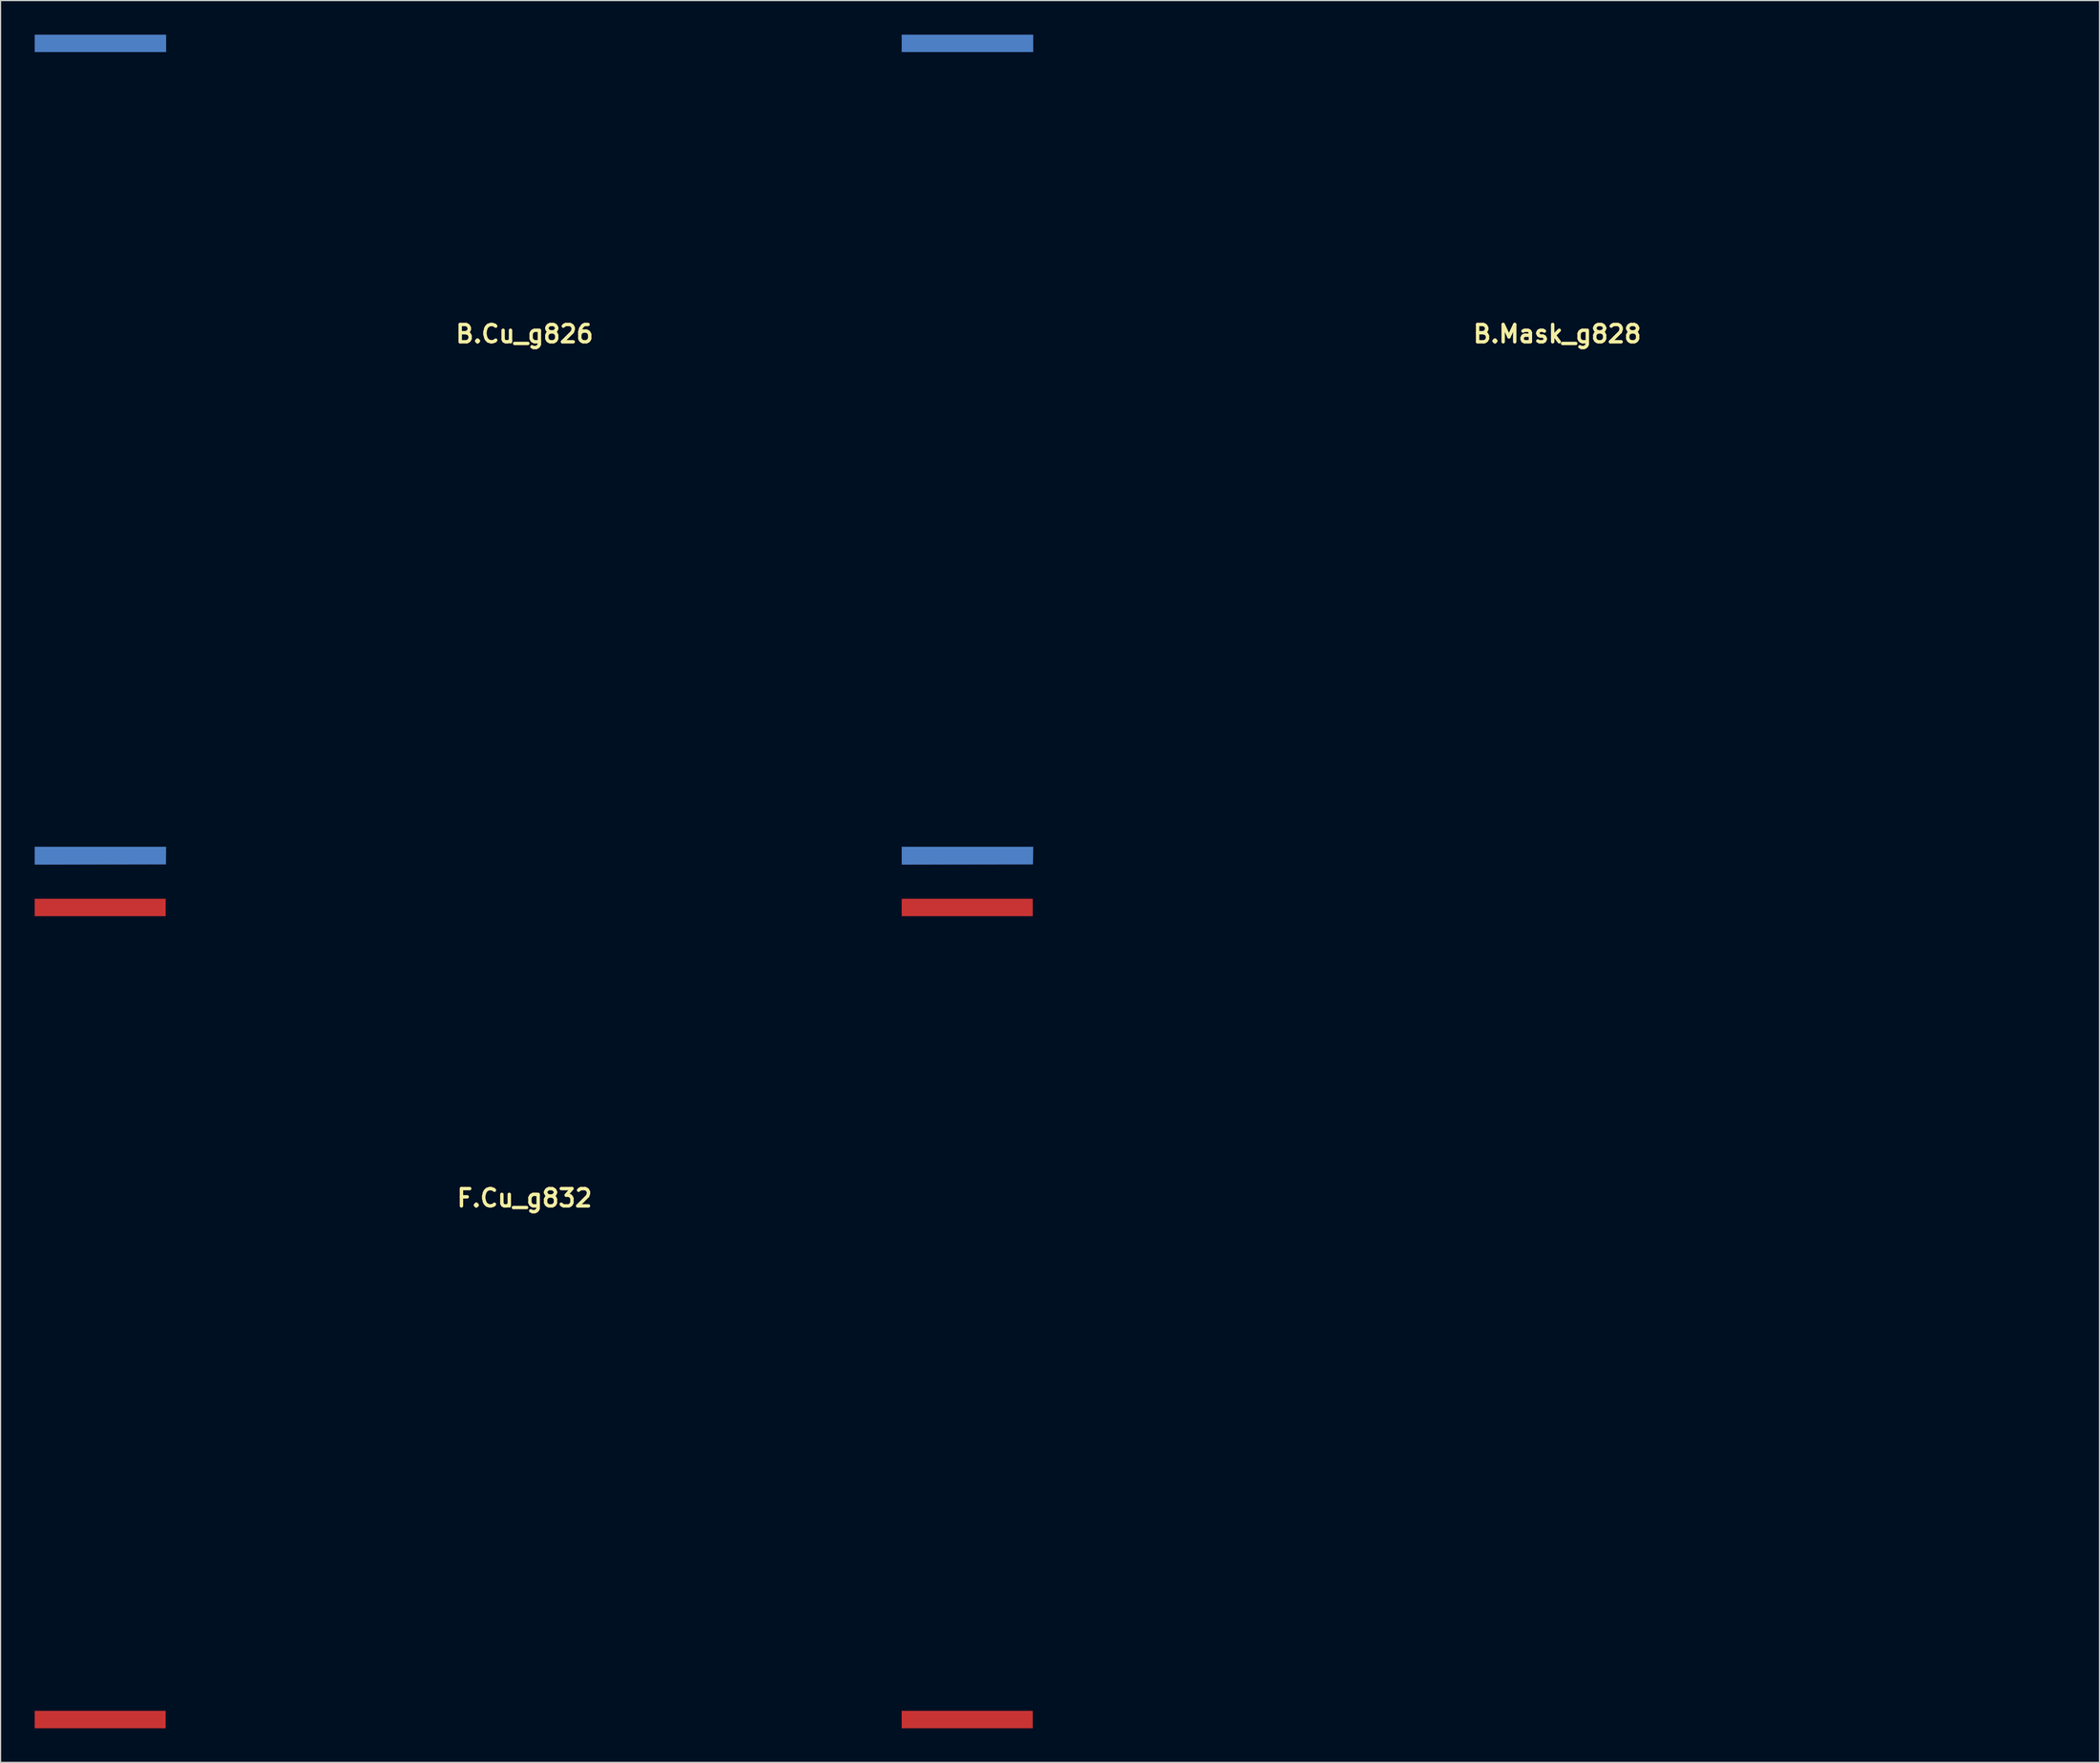
<source format=kicad_pcb>
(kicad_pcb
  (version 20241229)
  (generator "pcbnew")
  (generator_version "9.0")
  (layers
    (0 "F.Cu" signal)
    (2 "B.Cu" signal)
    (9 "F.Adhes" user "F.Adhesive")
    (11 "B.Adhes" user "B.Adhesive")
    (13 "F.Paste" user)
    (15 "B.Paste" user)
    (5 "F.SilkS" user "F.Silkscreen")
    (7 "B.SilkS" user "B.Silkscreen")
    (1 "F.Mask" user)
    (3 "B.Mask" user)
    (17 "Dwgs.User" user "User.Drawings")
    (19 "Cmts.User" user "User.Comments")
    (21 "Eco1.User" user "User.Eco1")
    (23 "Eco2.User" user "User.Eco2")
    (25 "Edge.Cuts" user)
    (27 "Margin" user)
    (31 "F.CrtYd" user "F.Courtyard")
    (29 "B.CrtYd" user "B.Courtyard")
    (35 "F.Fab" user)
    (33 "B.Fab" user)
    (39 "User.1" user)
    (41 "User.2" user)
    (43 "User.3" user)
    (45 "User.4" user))
  (footprint "F.Cu_g832"
    (layer "F.Cu")
    (at 43.1 102.372)
    (property "Reference" "F.Cu_g832" (at 0 0 0) (layer "F.SilkS") (effects (font (size 1.524 1.524) (thickness 0.3))))
    (attr through_hole)
    (fp_poly (pts (xy -31.581 -24.807) (xy -43.095 -24.807) (xy -43.095 -26.331) (xy -31.581 -26.331) (xy -31.581 -24.807)) (stroke (width 0.01) (type solid)) (fill yes) (layer "F.Cu"))
    (fp_poly (pts (xy -31.581 46.651) (xy -43.095 46.651) (xy -43.095 45.127) (xy -31.581 45.127) (xy -31.581 46.651)) (stroke (width 0.01) (type solid)) (fill yes) (layer "F.Cu"))
    (fp_poly (pts (xy 44.704 -24.807) (xy 33.189 -24.807) (xy 33.189 -26.331) (xy 44.704 -26.331) (xy 44.704 -24.807)) (stroke (width 0.01) (type solid)) (fill yes) (layer "F.Cu"))
    (fp_poly (pts (xy 44.704 46.651) (xy 33.189 46.651) (xy 33.189 45.127) (xy 44.704 45.127) (xy 44.704 46.651)) (stroke (width 0.01) (type solid)) (fill yes) (layer "F.Cu")))
  (footprint "B.Cu_g826"
    (layer "F.Cu")
    (at 43.1 26.336)
    (property "Reference" "B.Cu_g826" (at 0 0 0) (layer "F.SilkS") (effects (font (size 1.524 1.524) (thickness 0.3))))
    (attr through_hole)
    (fp_poly (pts (xy -31.538 -24.807) (xy -43.095 -24.807) (xy -43.095 -26.331) (xy -31.538 -26.331) (xy -31.538 -24.807)) (stroke (width 0.01) (type solid)) (fill yes) (layer "B.Cu"))
    (fp_poly (pts (xy 44.746 -24.807) (xy 33.189 -24.807) (xy 33.189 -26.331) (xy 44.746 -26.331) (xy 44.746 -24.807)) (stroke (width 0.01) (type solid)) (fill yes) (layer "B.Cu"))
    (fp_poly (pts (xy -31.548 45.9) (xy -31.559 46.672) (xy -37.327 46.683) (xy -43.095 46.694) (xy -43.095 45.127) (xy -31.536 45.127) (xy -31.548 45.9)) (stroke (width 0.01) (type solid)) (fill yes) (layer "B.Cu"))
    (fp_poly (pts (xy 44.737 45.9) (xy 44.725 46.672) (xy 38.957 46.683) (xy 33.189 46.694) (xy 33.189 45.127) (xy 44.748 45.127) (xy 44.737 45.9)) (stroke (width 0.01) (type solid)) (fill yes) (layer "B.Cu")))
  (footprint "B.Mask_g828"
    (layer "F.Cu")
    (at 133.954 26.336)
    (property "Reference" "B.Mask_g828" (at 0 0 0) (layer "F.SilkS") (effects (font (size 1.524 1.524) (thickness 0.3))))
    (attr through_hole)
    (fp_poly (pts (xy -31.581 -24.807) (xy -43.095 -24.807) (xy -43.095 -26.331) (xy -31.581 -26.331) (xy -31.581 -24.807)) (stroke (width 0.01) (type solid)) (fill yes) (layer "B.Mask"))
    (fp_poly (pts (xy -31.581 46.651) (xy -43.095 46.651) (xy -43.095 45.127) (xy -31.581 45.127) (xy -31.581 46.651)) (stroke (width 0.01) (type solid)) (fill yes) (layer "B.Mask"))
    (fp_poly (pts (xy 44.704 -24.807) (xy 33.189 -24.807) (xy 33.189 -26.331) (xy 44.704 -26.331) (xy 44.704 -24.807)) (stroke (width 0.01) (type solid)) (fill yes) (layer "B.Mask"))
    (fp_poly (pts (xy 44.704 46.651) (xy 33.189 46.651) (xy 33.189 45.127) (xy 44.704 45.127) (xy 44.704 46.651)) (stroke (width 0.01) (type solid)) (fill yes) (layer "B.Mask")))
  (gr_rect
    (start -3 -3)
    (end 181.663 152.028)
    (stroke (width 0.1) (type default))
    (fill no)
    (layer "Edge.Cuts")))
</source>
